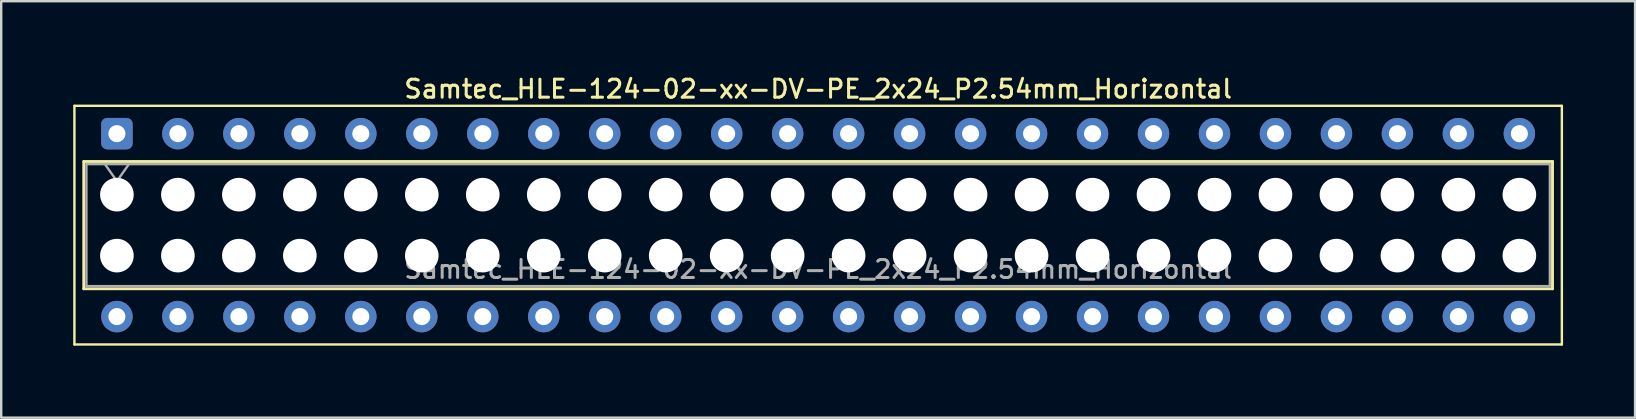
<source format=kicad_pcb>
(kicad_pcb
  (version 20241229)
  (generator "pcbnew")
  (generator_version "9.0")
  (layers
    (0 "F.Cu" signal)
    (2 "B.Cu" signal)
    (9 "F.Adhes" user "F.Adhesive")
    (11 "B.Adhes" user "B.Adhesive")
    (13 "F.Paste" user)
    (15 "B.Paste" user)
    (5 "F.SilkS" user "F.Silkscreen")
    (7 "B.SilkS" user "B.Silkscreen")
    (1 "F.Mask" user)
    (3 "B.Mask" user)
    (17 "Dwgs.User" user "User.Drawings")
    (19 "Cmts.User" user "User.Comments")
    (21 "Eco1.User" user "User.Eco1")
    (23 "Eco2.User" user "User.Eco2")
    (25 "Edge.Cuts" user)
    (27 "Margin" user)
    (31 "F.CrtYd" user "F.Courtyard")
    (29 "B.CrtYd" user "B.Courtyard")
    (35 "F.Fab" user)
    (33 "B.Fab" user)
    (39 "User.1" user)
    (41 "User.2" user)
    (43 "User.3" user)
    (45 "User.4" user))
  (footprint "Samtec_HLE-124-02-xx-DV-PE_2x24_P2.54mm_Horizontal"
    (layer "F.Cu")
    (at 1.82 2.518)
    (property "Reference" "Samtec_HLE-124-02-xx-DV-PE_2x24_P2.54mm_Horizontal" (at 29.21 -1.86 0) (layer "F.SilkS") (effects (font (size 0.75 0.75) (thickness 0.125))))
    (attr through_hole)
    (fp_line (start -1.77 -1.16) (end 60.19 -1.16) (stroke (width 0.1) (type solid)) (layer "F.SilkS"))
    (fp_line (start -1.77 8.78) (end -1.77 -1.16) (stroke (width 0.1) (type solid)) (layer "F.SilkS"))
    (fp_line (start -1.38 1.16) (end 59.8 1.16) (stroke (width 0.12) (type solid)) (layer "F.SilkS"))
    (fp_line (start -1.38 6.46) (end -1.38 1.16) (stroke (width 0.12) (type solid)) (layer "F.SilkS"))
    (fp_line (start 59.8 1.16) (end 59.8 6.46) (stroke (width 0.12) (type solid)) (layer "F.SilkS"))
    (fp_line (start 59.8 6.46) (end -1.38 6.46) (stroke (width 0.12) (type solid)) (layer "F.SilkS"))
    (fp_line (start 60.19 -1.16) (end 60.19 8.78) (stroke (width 0.1) (type solid)) (layer "F.SilkS"))
    (fp_line (start 60.19 8.78) (end -1.77 8.78) (stroke (width 0.1) (type solid)) (layer "F.SilkS"))
    (fp_line (start -1.27 1.27) (end 59.69 1.27) (stroke (width 0.1) (type solid)) (layer "F.Fab"))
    (fp_line (start -1.27 6.35) (end -1.27 1.27) (stroke (width 0.1) (type solid)) (layer "F.Fab"))
    (fp_line (start -0.5 1.27) (end 0 1.977) (stroke (width 0.1) (type solid)) (layer "F.Fab"))
    (fp_line (start 0 1.977) (end 0.5 1.27) (stroke (width 0.1) (type solid)) (layer "F.Fab"))
    (fp_line (start 59.69 1.27) (end 59.69 6.35) (stroke (width 0.1) (type solid)) (layer "F.Fab"))
    (fp_line (start 59.69 6.35) (end -1.27 6.35) (stroke (width 0.1) (type solid)) (layer "F.Fab"))
    (fp_text user "${REFERENCE}" (at 29.21 5.65 0) (layer "F.Fab") (effects (font (size 0.75 0.75) (thickness 0.125))))
    (pad "" np_thru_hole circle (at 0 2.54) (size 1.4 1.4) (drill 1.4) (layers "*.Cu" "*.Mask"))
    (pad "" np_thru_hole circle (at 0 5.08) (size 1.4 1.4) (drill 1.4) (layers "*.Cu" "*.Mask"))
    (pad "" np_thru_hole circle (at 2.54 2.54) (size 1.4 1.4) (drill 1.4) (layers "*.Cu" "*.Mask"))
    (pad "" np_thru_hole circle (at 2.54 5.08) (size 1.4 1.4) (drill 1.4) (layers "*.Cu" "*.Mask"))
    (pad "" np_thru_hole circle (at 5.08 2.54) (size 1.4 1.4) (drill 1.4) (layers "*.Cu" "*.Mask"))
    (pad "" np_thru_hole circle (at 5.08 5.08) (size 1.4 1.4) (drill 1.4) (layers "*.Cu" "*.Mask"))
    (pad "" np_thru_hole circle (at 7.62 2.54) (size 1.4 1.4) (drill 1.4) (layers "*.Cu" "*.Mask"))
    (pad "" np_thru_hole circle (at 7.62 5.08) (size 1.4 1.4) (drill 1.4) (layers "*.Cu" "*.Mask"))
    (pad "" np_thru_hole circle (at 10.16 2.54) (size 1.4 1.4) (drill 1.4) (layers "*.Cu" "*.Mask"))
    (pad "" np_thru_hole circle (at 10.16 5.08) (size 1.4 1.4) (drill 1.4) (layers "*.Cu" "*.Mask"))
    (pad "" np_thru_hole circle (at 12.7 2.54) (size 1.4 1.4) (drill 1.4) (layers "*.Cu" "*.Mask"))
    (pad "" np_thru_hole circle (at 12.7 5.08) (size 1.4 1.4) (drill 1.4) (layers "*.Cu" "*.Mask"))
    (pad "" np_thru_hole circle (at 15.24 2.54) (size 1.4 1.4) (drill 1.4) (layers "*.Cu" "*.Mask"))
    (pad "" np_thru_hole circle (at 15.24 5.08) (size 1.4 1.4) (drill 1.4) (layers "*.Cu" "*.Mask"))
    (pad "" np_thru_hole circle (at 17.78 2.54) (size 1.4 1.4) (drill 1.4) (layers "*.Cu" "*.Mask"))
    (pad "" np_thru_hole circle (at 17.78 5.08) (size 1.4 1.4) (drill 1.4) (layers "*.Cu" "*.Mask"))
    (pad "" np_thru_hole circle (at 20.32 2.54) (size 1.4 1.4) (drill 1.4) (layers "*.Cu" "*.Mask"))
    (pad "" np_thru_hole circle (at 20.32 5.08) (size 1.4 1.4) (drill 1.4) (layers "*.Cu" "*.Mask"))
    (pad "" np_thru_hole circle (at 22.86 2.54) (size 1.4 1.4) (drill 1.4) (layers "*.Cu" "*.Mask"))
    (pad "" np_thru_hole circle (at 22.86 5.08) (size 1.4 1.4) (drill 1.4) (layers "*.Cu" "*.Mask"))
    (pad "" np_thru_hole circle (at 25.4 2.54) (size 1.4 1.4) (drill 1.4) (layers "*.Cu" "*.Mask"))
    (pad "" np_thru_hole circle (at 25.4 5.08) (size 1.4 1.4) (drill 1.4) (layers "*.Cu" "*.Mask"))
    (pad "" np_thru_hole circle (at 27.94 2.54) (size 1.4 1.4) (drill 1.4) (layers "*.Cu" "*.Mask"))
    (pad "" np_thru_hole circle (at 27.94 5.08) (size 1.4 1.4) (drill 1.4) (layers "*.Cu" "*.Mask"))
    (pad "" np_thru_hole circle (at 30.48 2.54) (size 1.4 1.4) (drill 1.4) (layers "*.Cu" "*.Mask"))
    (pad "" np_thru_hole circle (at 30.48 5.08) (size 1.4 1.4) (drill 1.4) (layers "*.Cu" "*.Mask"))
    (pad "" np_thru_hole circle (at 33.02 2.54) (size 1.4 1.4) (drill 1.4) (layers "*.Cu" "*.Mask"))
    (pad "" np_thru_hole circle (at 33.02 5.08) (size 1.4 1.4) (drill 1.4) (layers "*.Cu" "*.Mask"))
    (pad "" np_thru_hole circle (at 35.56 2.54) (size 1.4 1.4) (drill 1.4) (layers "*.Cu" "*.Mask"))
    (pad "" np_thru_hole circle (at 35.56 5.08) (size 1.4 1.4) (drill 1.4) (layers "*.Cu" "*.Mask"))
    (pad "" np_thru_hole circle (at 38.1 2.54) (size 1.4 1.4) (drill 1.4) (layers "*.Cu" "*.Mask"))
    (pad "" np_thru_hole circle (at 38.1 5.08) (size 1.4 1.4) (drill 1.4) (layers "*.Cu" "*.Mask"))
    (pad "" np_thru_hole circle (at 40.64 2.54) (size 1.4 1.4) (drill 1.4) (layers "*.Cu" "*.Mask"))
    (pad "" np_thru_hole circle (at 40.64 5.08) (size 1.4 1.4) (drill 1.4) (layers "*.Cu" "*.Mask"))
    (pad "" np_thru_hole circle (at 43.18 2.54) (size 1.4 1.4) (drill 1.4) (layers "*.Cu" "*.Mask"))
    (pad "" np_thru_hole circle (at 43.18 5.08) (size 1.4 1.4) (drill 1.4) (layers "*.Cu" "*.Mask"))
    (pad "" np_thru_hole circle (at 45.72 2.54) (size 1.4 1.4) (drill 1.4) (layers "*.Cu" "*.Mask"))
    (pad "" np_thru_hole circle (at 45.72 5.08) (size 1.4 1.4) (drill 1.4) (layers "*.Cu" "*.Mask"))
    (pad "" np_thru_hole circle (at 48.26 2.54) (size 1.4 1.4) (drill 1.4) (layers "*.Cu" "*.Mask"))
    (pad "" np_thru_hole circle (at 48.26 5.08) (size 1.4 1.4) (drill 1.4) (layers "*.Cu" "*.Mask"))
    (pad "" np_thru_hole circle (at 50.8 2.54) (size 1.4 1.4) (drill 1.4) (layers "*.Cu" "*.Mask"))
    (pad "" np_thru_hole circle (at 50.8 5.08) (size 1.4 1.4) (drill 1.4) (layers "*.Cu" "*.Mask"))
    (pad "" np_thru_hole circle (at 53.34 2.54) (size 1.4 1.4) (drill 1.4) (layers "*.Cu" "*.Mask"))
    (pad "" np_thru_hole circle (at 53.34 5.08) (size 1.4 1.4) (drill 1.4) (layers "*.Cu" "*.Mask"))
    (pad "" np_thru_hole circle (at 55.88 2.54) (size 1.4 1.4) (drill 1.4) (layers "*.Cu" "*.Mask"))
    (pad "" np_thru_hole circle (at 55.88 5.08) (size 1.4 1.4) (drill 1.4) (layers "*.Cu" "*.Mask"))
    (pad "" np_thru_hole circle (at 58.42 2.54) (size 1.4 1.4) (drill 1.4) (layers "*.Cu" "*.Mask"))
    (pad "" np_thru_hole circle (at 58.42 5.08) (size 1.4 1.4) (drill 1.4) (layers "*.Cu" "*.Mask"))
    (pad "1" thru_hole roundrect (at 0 0) (size 1.31 1.31) (drill 0.71) (layers "*.Cu" "*.Mask") (roundrect_rratio 0.191))
    (pad "2" thru_hole circle (at 0 7.62) (size 1.31 1.31) (drill 0.71) (layers "*.Cu" "*.Mask"))
    (pad "3" thru_hole circle (at 2.54 0) (size 1.31 1.31) (drill 0.71) (layers "*.Cu" "*.Mask"))
    (pad "4" thru_hole circle (at 2.54 7.62) (size 1.31 1.31) (drill 0.71) (layers "*.Cu" "*.Mask"))
    (pad "5" thru_hole circle (at 5.08 0) (size 1.31 1.31) (drill 0.71) (layers "*.Cu" "*.Mask"))
    (pad "6" thru_hole circle (at 5.08 7.62) (size 1.31 1.31) (drill 0.71) (layers "*.Cu" "*.Mask"))
    (pad "7" thru_hole circle (at 7.62 0) (size 1.31 1.31) (drill 0.71) (layers "*.Cu" "*.Mask"))
    (pad "8" thru_hole circle (at 7.62 7.62) (size 1.31 1.31) (drill 0.71) (layers "*.Cu" "*.Mask"))
    (pad "9" thru_hole circle (at 10.16 0) (size 1.31 1.31) (drill 0.71) (layers "*.Cu" "*.Mask"))
    (pad "10" thru_hole circle (at 10.16 7.62) (size 1.31 1.31) (drill 0.71) (layers "*.Cu" "*.Mask"))
    (pad "11" thru_hole circle (at 12.7 0) (size 1.31 1.31) (drill 0.71) (layers "*.Cu" "*.Mask"))
    (pad "12" thru_hole circle (at 12.7 7.62) (size 1.31 1.31) (drill 0.71) (layers "*.Cu" "*.Mask"))
    (pad "13" thru_hole circle (at 15.24 0) (size 1.31 1.31) (drill 0.71) (layers "*.Cu" "*.Mask"))
    (pad "14" thru_hole circle (at 15.24 7.62) (size 1.31 1.31) (drill 0.71) (layers "*.Cu" "*.Mask"))
    (pad "15" thru_hole circle (at 17.78 0) (size 1.31 1.31) (drill 0.71) (layers "*.Cu" "*.Mask"))
    (pad "16" thru_hole circle (at 17.78 7.62) (size 1.31 1.31) (drill 0.71) (layers "*.Cu" "*.Mask"))
    (pad "17" thru_hole circle (at 20.32 0) (size 1.31 1.31) (drill 0.71) (layers "*.Cu" "*.Mask"))
    (pad "18" thru_hole circle (at 20.32 7.62) (size 1.31 1.31) (drill 0.71) (layers "*.Cu" "*.Mask"))
    (pad "19" thru_hole circle (at 22.86 0) (size 1.31 1.31) (drill 0.71) (layers "*.Cu" "*.Mask"))
    (pad "20" thru_hole circle (at 22.86 7.62) (size 1.31 1.31) (drill 0.71) (layers "*.Cu" "*.Mask"))
    (pad "21" thru_hole circle (at 25.4 0) (size 1.31 1.31) (drill 0.71) (layers "*.Cu" "*.Mask"))
    (pad "22" thru_hole circle (at 25.4 7.62) (size 1.31 1.31) (drill 0.71) (layers "*.Cu" "*.Mask"))
    (pad "23" thru_hole circle (at 27.94 0) (size 1.31 1.31) (drill 0.71) (layers "*.Cu" "*.Mask"))
    (pad "24" thru_hole circle (at 27.94 7.62) (size 1.31 1.31) (drill 0.71) (layers "*.Cu" "*.Mask"))
    (pad "25" thru_hole circle (at 30.48 0) (size 1.31 1.31) (drill 0.71) (layers "*.Cu" "*.Mask"))
    (pad "26" thru_hole circle (at 30.48 7.62) (size 1.31 1.31) (drill 0.71) (layers "*.Cu" "*.Mask"))
    (pad "27" thru_hole circle (at 33.02 0) (size 1.31 1.31) (drill 0.71) (layers "*.Cu" "*.Mask"))
    (pad "28" thru_hole circle (at 33.02 7.62) (size 1.31 1.31) (drill 0.71) (layers "*.Cu" "*.Mask"))
    (pad "29" thru_hole circle (at 35.56 0) (size 1.31 1.31) (drill 0.71) (layers "*.Cu" "*.Mask"))
    (pad "30" thru_hole circle (at 35.56 7.62) (size 1.31 1.31) (drill 0.71) (layers "*.Cu" "*.Mask"))
    (pad "31" thru_hole circle (at 38.1 0) (size 1.31 1.31) (drill 0.71) (layers "*.Cu" "*.Mask"))
    (pad "32" thru_hole circle (at 38.1 7.62) (size 1.31 1.31) (drill 0.71) (layers "*.Cu" "*.Mask"))
    (pad "33" thru_hole circle (at 40.64 0) (size 1.31 1.31) (drill 0.71) (layers "*.Cu" "*.Mask"))
    (pad "34" thru_hole circle (at 40.64 7.62) (size 1.31 1.31) (drill 0.71) (layers "*.Cu" "*.Mask"))
    (pad "35" thru_hole circle (at 43.18 0) (size 1.31 1.31) (drill 0.71) (layers "*.Cu" "*.Mask"))
    (pad "36" thru_hole circle (at 43.18 7.62) (size 1.31 1.31) (drill 0.71) (layers "*.Cu" "*.Mask"))
    (pad "37" thru_hole circle (at 45.72 0) (size 1.31 1.31) (drill 0.71) (layers "*.Cu" "*.Mask"))
    (pad "38" thru_hole circle (at 45.72 7.62) (size 1.31 1.31) (drill 0.71) (layers "*.Cu" "*.Mask"))
    (pad "39" thru_hole circle (at 48.26 0) (size 1.31 1.31) (drill 0.71) (layers "*.Cu" "*.Mask"))
    (pad "40" thru_hole circle (at 48.26 7.62) (size 1.31 1.31) (drill 0.71) (layers "*.Cu" "*.Mask"))
    (pad "41" thru_hole circle (at 50.8 0) (size 1.31 1.31) (drill 0.71) (layers "*.Cu" "*.Mask"))
    (pad "42" thru_hole circle (at 50.8 7.62) (size 1.31 1.31) (drill 0.71) (layers "*.Cu" "*.Mask"))
    (pad "43" thru_hole circle (at 53.34 0) (size 1.31 1.31) (drill 0.71) (layers "*.Cu" "*.Mask"))
    (pad "44" thru_hole circle (at 53.34 7.62) (size 1.31 1.31) (drill 0.71) (layers "*.Cu" "*.Mask"))
    (pad "45" thru_hole circle (at 55.88 0) (size 1.31 1.31) (drill 0.71) (layers "*.Cu" "*.Mask"))
    (pad "46" thru_hole circle (at 55.88 7.62) (size 1.31 1.31) (drill 0.71) (layers "*.Cu" "*.Mask"))
    (pad "47" thru_hole circle (at 58.42 0) (size 1.31 1.31) (drill 0.71) (layers "*.Cu" "*.Mask"))
    (pad "48" thru_hole circle (at 58.42 7.62) (size 1.31 1.31) (drill 0.71) (layers "*.Cu" "*.Mask")))
  (gr_rect
    (start -3 -3)
    (end 65.06 14.348)
    (stroke (width 0.1) (type default))
    (fill no)
    (layer "Edge.Cuts")))
</source>
